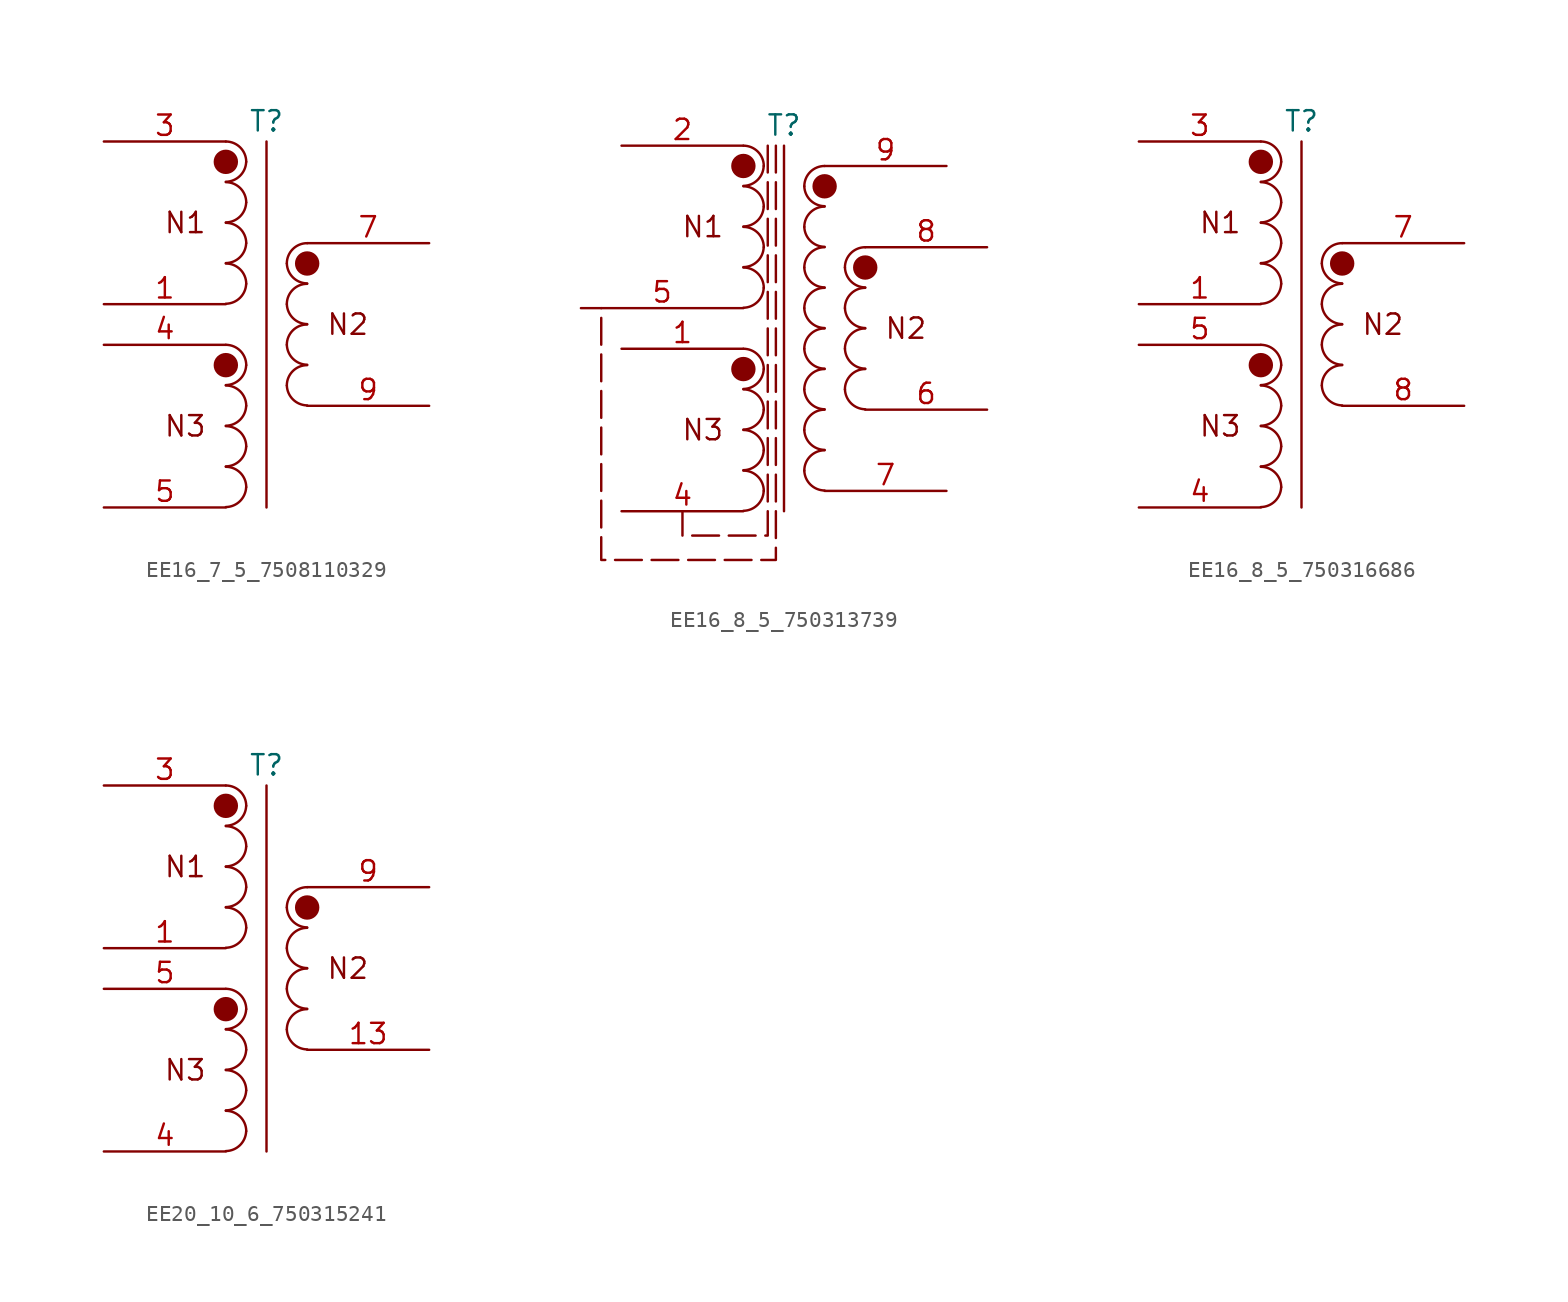
<source format=kicad_sym>
(kicad_symbol_lib
  (version 20220914)
  (generator kicad_symbol_editor)
  (symbol "EE16_7_5_7508110329"
    (pin_names hide)
    (property "Reference" "T"
      (at 0 12.7 0)
      (effects (font (size 1.27 1.27))))
    (property "Critical Parameter" ""
      (at 0 -5.08 0)
      (effects (font (size 1.27 1.27)) (justify left)))
    (symbol "EE16_7_5_7508110329_0_1"
      (arc (start -2.54 -11.4046) (mid -1.6561 -11.0363) (end -1.27 -10.16) (stroke (width 0) (type default)) (fill (type none)))
      (arc (start -2.54 -8.8646) (mid -1.6561 -8.4963) (end -1.27 -7.62) (stroke (width 0) (type default)) (fill (type none)))
      (arc (start -2.54 -6.3246) (mid -1.6561 -5.9563) (end -1.27 -5.08) (stroke (width 0) (type default)) (fill (type none)))
      (arc (start -2.54 -3.7846) (mid -1.6561 -3.4163) (end -1.27 -2.54) (stroke (width 0) (type default)) (fill (type none)))
      (arc (start -2.54 1.2954) (mid -1.6561 1.6637) (end -1.27 2.54) (stroke (width 0) (type default)) (fill (type none)))
      (arc (start -2.54 3.8354) (mid -1.6561 4.2037) (end -1.27 5.08) (stroke (width 0) (type default)) (fill (type none)))
      (arc (start -2.54 6.3754) (mid -1.6561 6.7437) (end -1.27 7.62) (stroke (width 0) (type default)) (fill (type none)))
      (arc (start -2.54 8.9154) (mid -1.6561 9.2837) (end -1.27 10.16) (stroke (width 0) (type default)) (fill (type none)))
      (arc (start -1.27 -10.16) (mid -1.642 -9.262) (end -2.54 -8.89) (stroke (width 0) (type default)) (fill (type none)))
      (arc (start -1.27 -7.62) (mid -1.642 -6.722) (end -2.54 -6.35) (stroke (width 0) (type default)) (fill (type none)))
      (arc (start -1.27 -5.08) (mid -1.642 -4.182) (end -2.54 -3.81) (stroke (width 0) (type default)) (fill (type none)))
      (arc (start -1.27 -2.54) (mid -1.642 -1.642) (end -2.54 -1.27) (stroke (width 0) (type default)) (fill (type none)))
      (arc (start -1.27 2.54) (mid -1.642 3.438) (end -2.54 3.81) (stroke (width 0) (type default)) (fill (type none)))
      (arc (start -1.27 5.08) (mid -1.642 5.978) (end -2.54 6.35) (stroke (width 0) (type default)) (fill (type none)))
      (arc (start -1.27 7.62) (mid -1.642 8.518) (end -2.54 8.89) (stroke (width 0) (type default)) (fill (type none)))
      (arc (start -1.27 10.16) (mid -1.642 11.058) (end -2.54 11.43) (stroke (width 0) (type default)) (fill (type none)))
      (polyline (pts (xy 0 -11.43) (xy 0 11.43)) (stroke (width 0) (type default)) (fill (type none)))
      (arc (start 1.27 -3.81) (mid 1.6561 -4.6863) (end 2.54 -5.0546) (stroke (width 0) (type default)) (fill (type none)))
      (arc (start 1.27 -1.27) (mid 1.6561 -2.1463) (end 2.54 -2.5146) (stroke (width 0) (type default)) (fill (type none)))
      (arc (start 1.27 1.27) (mid 1.6561 0.3937) (end 2.54 0.0254) (stroke (width 0) (type default)) (fill (type none)))
      (arc (start 1.27 3.81) (mid 1.6561 2.9337) (end 2.54 2.5654) (stroke (width 0) (type default)) (fill (type none)))
      (arc (start 2.54 -2.54) (mid 1.642 -2.912) (end 1.27 -3.81) (stroke (width 0) (type default)) (fill (type none)))
      (arc (start 2.54 0) (mid 1.642 -0.372) (end 1.27 -1.27) (stroke (width 0) (type default)) (fill (type none)))
      (arc (start 2.54 2.54) (mid 1.642 2.168) (end 1.27 1.27) (stroke (width 0) (type default)) (fill (type none)))
      (arc (start 2.54 5.08) (mid 1.642 4.708) (end 1.27 3.81) (stroke (width 0) (type default)) (fill (type none))))
    (symbol "EE16_7_5_7508110329_1_1"
      (circle (center -2.54 -2.54) (radius 0.0001) (stroke (width 0.762) (type default)) (fill (type none)))
      (circle (center -2.54 10.16) (radius 0.0001) (stroke (width 0.762) (type default)) (fill (type none)))
      (circle (center 2.54 3.81) (radius 0.0001) (stroke (width 0.762) (type default)) (fill (type none)))
      (text "N1" (at -5.08 6.35 0) (effects (font (size 1.27 1.27))))
      (text "N2" (at 5.08 0 0) (effects (font (size 1.27 1.27))))
      (text "N3" (at -5.08 -6.35 0) (effects (font (size 1.27 1.27))))
      (pin passive line (at -10.16 1.27 0) (length 7.62) (name "1" (effects (font (size 1.27 1.27)))) (number "1" (effects (font (size 1.27 1.27)))))
      (pin passive line (at -10.16 11.43 0) (length 7.62) (name "3" (effects (font (size 1.27 1.27)))) (number "3" (effects (font (size 1.27 1.27)))))
      (pin passive line (at -10.16 -1.27 0) (length 7.62) (name "4" (effects (font (size 1.27 1.27)))) (number "4" (effects (font (size 1.27 1.27)))))
      (pin passive line (at -10.16 -11.43 0) (length 7.62) (name "5" (effects (font (size 1.27 1.27)))) (number "5" (effects (font (size 1.27 1.27)))))
      (pin passive line (at 10.16 5.08 180) (length 7.62) (name "7" (effects (font (size 1.27 1.27)))) (number "7" (effects (font (size 1.27 1.27)))))
      (pin passive line (at 10.16 -5.08 180) (length 7.62) (name "9" (effects (font (size 1.27 1.27)))) (number "9" (effects (font (size 1.27 1.27)))))))
  (symbol "EE16_8_5_750313739"
    (pin_names hide)
    (property "Reference" "T"
      (at 0 12.7 0)
      (effects (font (size 1.27 1.27))))
    (property "Critical Parameter" ""
      (at 0 -5.08 0)
      (effects (font (size 1.27 1.27)) (justify left)))
    (symbol "EE16_8_5_750313739_0_1"
      (arc (start -2.54 -11.4046) (mid -1.6561 -11.0363) (end -1.27 -10.16) (stroke (width 0) (type default)) (fill (type none)))
      (arc (start -2.54 -8.8646) (mid -1.6561 -8.4963) (end -1.27 -7.62) (stroke (width 0) (type default)) (fill (type none)))
      (arc (start -2.54 -6.3246) (mid -1.6561 -5.9563) (end -1.27 -5.08) (stroke (width 0) (type default)) (fill (type none)))
      (arc (start -2.54 -3.7846) (mid -1.6561 -3.4163) (end -1.27 -2.54) (stroke (width 0) (type default)) (fill (type none)))
      (arc (start -2.54 1.2954) (mid -1.6561 1.6637) (end -1.27 2.54) (stroke (width 0) (type default)) (fill (type none)))
      (arc (start -2.54 3.8354) (mid -1.6561 4.2037) (end -1.27 5.08) (stroke (width 0) (type default)) (fill (type none)))
      (arc (start -2.54 6.3754) (mid -1.6561 6.7437) (end -1.27 7.62) (stroke (width 0) (type default)) (fill (type none)))
      (arc (start -2.54 8.9154) (mid -1.6561 9.2837) (end -1.27 10.16) (stroke (width 0) (type default)) (fill (type none)))
      (arc (start -1.27 -10.16) (mid -1.642 -9.262) (end -2.54 -8.89) (stroke (width 0) (type default)) (fill (type none)))
      (arc (start -1.27 -7.62) (mid -1.642 -6.722) (end -2.54 -6.35) (stroke (width 0) (type default)) (fill (type none)))
      (arc (start -1.27 -5.08) (mid -1.642 -4.182) (end -2.54 -3.81) (stroke (width 0) (type default)) (fill (type none)))
      (arc (start -1.27 -2.54) (mid -1.642 -1.642) (end -2.54 -1.27) (stroke (width 0) (type default)) (fill (type none)))
      (arc (start -1.27 2.54) (mid -1.642 3.438) (end -2.54 3.81) (stroke (width 0) (type default)) (fill (type none)))
      (arc (start -1.27 5.08) (mid -1.642 5.978) (end -2.54 6.35) (stroke (width 0) (type default)) (fill (type none)))
      (arc (start -1.27 7.62) (mid -1.642 8.518) (end -2.54 8.89) (stroke (width 0) (type default)) (fill (type none)))
      (arc (start -1.27 10.16) (mid -1.642 11.058) (end -2.54 11.43) (stroke (width 0) (type default)) (fill (type none)))
      (polyline (pts (xy 0 -11.43) (xy 0 11.43)) (stroke (width 0) (type default)) (fill (type none)))
      (arc (start 1.27 -8.89) (mid 1.656 -9.7664) (end 2.54 -10.1346) (stroke (width 0) (type default)) (fill (type none)))
      (arc (start 1.27 -6.35) (mid 1.656 -7.2264) (end 2.54 -7.5946) (stroke (width 0) (type default)) (fill (type none)))
      (arc (start 1.27 -3.81) (mid 1.656 -4.6864) (end 2.54 -5.0546) (stroke (width 0) (type default)) (fill (type none)))
      (arc (start 1.27 -1.27) (mid 1.656 -2.1464) (end 2.54 -2.5146) (stroke (width 0) (type default)) (fill (type none)))
      (arc (start 1.27 1.27) (mid 1.656 0.3936) (end 2.54 0.0254) (stroke (width 0) (type default)) (fill (type none)))
      (arc (start 1.27 3.81) (mid 1.656 2.9336) (end 2.54 2.5654) (stroke (width 0) (type default)) (fill (type none)))
      (arc (start 1.27 6.35) (mid 1.656 5.4736) (end 2.54 5.1054) (stroke (width 0) (type default)) (fill (type none)))
      (arc (start 1.27 8.89) (mid 1.656 8.0136) (end 2.54 7.6454) (stroke (width 0) (type default)) (fill (type none)))
      (arc (start 2.54 -7.62) (mid 1.642 -7.992) (end 1.27 -8.89) (stroke (width 0) (type default)) (fill (type none)))
      (arc (start 2.54 -5.08) (mid 1.642 -5.452) (end 1.27 -6.35) (stroke (width 0) (type default)) (fill (type none)))
      (arc (start 2.54 -2.54) (mid 1.642 -2.912) (end 1.27 -3.81) (stroke (width 0) (type default)) (fill (type none)))
      (arc (start 2.54 0) (mid 1.642 -0.372) (end 1.27 -1.27) (stroke (width 0) (type default)) (fill (type none)))
      (arc (start 2.54 2.54) (mid 1.642 2.168) (end 1.27 1.27) (stroke (width 0) (type default)) (fill (type none)))
      (arc (start 2.54 5.08) (mid 1.642 4.708) (end 1.27 3.81) (stroke (width 0) (type default)) (fill (type none)))
      (arc (start 2.54 7.62) (mid 1.642 7.248) (end 1.27 6.35) (stroke (width 0) (type default)) (fill (type none)))
      (arc (start 2.54 10.16) (mid 1.642 9.788) (end 1.27 8.89) (stroke (width 0) (type default)) (fill (type none)))
      (arc (start 3.81 -3.81) (mid 4.1961 -4.6863) (end 5.08 -5.0546) (stroke (width 0) (type default)) (fill (type none)))
      (arc (start 3.81 -1.27) (mid 4.1961 -2.1463) (end 5.08 -2.5146) (stroke (width 0) (type default)) (fill (type none)))
      (arc (start 3.81 1.27) (mid 4.1961 0.3937) (end 5.08 0.0254) (stroke (width 0) (type default)) (fill (type none)))
      (arc (start 3.81 3.81) (mid 4.1961 2.9337) (end 5.08 2.5654) (stroke (width 0) (type default)) (fill (type none)))
      (arc (start 5.08 -2.54) (mid 4.182 -2.912) (end 3.81 -3.81) (stroke (width 0) (type default)) (fill (type none)))
      (arc (start 5.08 0) (mid 4.182 -0.372) (end 3.81 -1.27) (stroke (width 0) (type default)) (fill (type none)))
      (arc (start 5.08 2.54) (mid 4.182 2.168) (end 3.81 1.27) (stroke (width 0) (type default)) (fill (type none)))
      (arc (start 5.08 5.08) (mid 4.182 4.708) (end 3.81 3.81) (stroke (width 0) (type default)) (fill (type none))))
    (symbol "EE16_8_5_750313739_1_1"
      (circle (center -2.54 -2.54) (radius 0.0001) (stroke (width 0.762) (type default)) (fill (type none)))
      (circle (center -2.54 10.16) (radius 0.0001) (stroke (width 0.762) (type default)) (fill (type none)))
      (polyline (pts (xy -1.016 11.43) (xy -1.016 -12.954) (xy -6.35 -12.954) (xy -6.35 -11.43)) (stroke (width 0) (type dash)) (fill (type none)))
      (polyline (pts (xy -0.508 11.43) (xy -0.508 -14.478) (xy -11.43 -14.478) (xy -11.43 1.27)) (stroke (width 0) (type dash)) (fill (type none)))
      (circle (center 2.54 8.89) (radius 0.0001) (stroke (width 0.762) (type default)) (fill (type none)))
      (circle (center 5.08 3.81) (radius 0.0001) (stroke (width 0.762) (type default)) (fill (type none)))
      (text "N1" (at -5.08 6.35 0) (effects (font (size 1.27 1.27))))
      (text "N2" (at 7.62 0 0) (effects (font (size 1.27 1.27))))
      (text "N3" (at -5.08 -6.35 0) (effects (font (size 1.27 1.27))))
      (pin passive line (at -10.16 -1.27 0) (length 7.62) (name "1" (effects (font (size 1.27 1.27)))) (number "1" (effects (font (size 1.27 1.27)))))
      (pin passive line (at -10.16 11.43 0) (length 7.62) (name "2" (effects (font (size 1.27 1.27)))) (number "2" (effects (font (size 1.27 1.27)))))
      (pin passive line (at -10.16 -11.43 0) (length 7.62) (name "4" (effects (font (size 1.27 1.27)))) (number "4" (effects (font (size 1.27 1.27)))))
      (pin passive line (at -12.7 1.27 0) (length 10.16) (name "5" (effects (font (size 1.27 1.27)))) (number "5" (effects (font (size 1.27 1.27)))))
      (pin passive line (at 12.7 -5.08 180) (length 7.62) (name "6" (effects (font (size 1.27 1.27)))) (number "6" (effects (font (size 1.27 1.27)))))
      (pin passive line (at 10.16 -10.16 180) (length 7.62) (name "7" (effects (font (size 1.27 1.27)))) (number "7" (effects (font (size 1.27 1.27)))))
      (pin passive line (at 12.7 5.08 180) (length 7.62) (name "8" (effects (font (size 1.27 1.27)))) (number "8" (effects (font (size 1.27 1.27)))))
      (pin passive line (at 10.16 10.16 180) (length 7.62) (name "9" (effects (font (size 1.27 1.27)))) (number "9" (effects (font (size 1.27 1.27)))))))
  (symbol "EE16_8_5_750316686"
    (pin_names hide)
    (property "Reference" "T"
      (at 0 12.7 0)
      (effects (font (size 1.27 1.27))))
    (property "Critical Parameter" ""
      (at 0 -5.08 0)
      (effects (font (size 1.27 1.27)) (justify left)))
    (symbol "EE16_8_5_750316686_0_1"
      (arc (start -2.54 -11.4046) (mid -1.6561 -11.0363) (end -1.27 -10.16) (stroke (width 0) (type default)) (fill (type none)))
      (arc (start -2.54 -8.8646) (mid -1.6561 -8.4963) (end -1.27 -7.62) (stroke (width 0) (type default)) (fill (type none)))
      (arc (start -2.54 -6.3246) (mid -1.6561 -5.9563) (end -1.27 -5.08) (stroke (width 0) (type default)) (fill (type none)))
      (arc (start -2.54 -3.7846) (mid -1.6561 -3.4163) (end -1.27 -2.54) (stroke (width 0) (type default)) (fill (type none)))
      (arc (start -2.54 1.2954) (mid -1.6561 1.6637) (end -1.27 2.54) (stroke (width 0) (type default)) (fill (type none)))
      (arc (start -2.54 3.8354) (mid -1.6561 4.2037) (end -1.27 5.08) (stroke (width 0) (type default)) (fill (type none)))
      (arc (start -2.54 6.3754) (mid -1.6561 6.7437) (end -1.27 7.62) (stroke (width 0) (type default)) (fill (type none)))
      (arc (start -2.54 8.9154) (mid -1.6561 9.2837) (end -1.27 10.16) (stroke (width 0) (type default)) (fill (type none)))
      (arc (start -1.27 -10.16) (mid -1.642 -9.262) (end -2.54 -8.89) (stroke (width 0) (type default)) (fill (type none)))
      (arc (start -1.27 -7.62) (mid -1.642 -6.722) (end -2.54 -6.35) (stroke (width 0) (type default)) (fill (type none)))
      (arc (start -1.27 -5.08) (mid -1.642 -4.182) (end -2.54 -3.81) (stroke (width 0) (type default)) (fill (type none)))
      (arc (start -1.27 -2.54) (mid -1.642 -1.642) (end -2.54 -1.27) (stroke (width 0) (type default)) (fill (type none)))
      (arc (start -1.27 2.54) (mid -1.642 3.438) (end -2.54 3.81) (stroke (width 0) (type default)) (fill (type none)))
      (arc (start -1.27 5.08) (mid -1.642 5.978) (end -2.54 6.35) (stroke (width 0) (type default)) (fill (type none)))
      (arc (start -1.27 7.62) (mid -1.642 8.518) (end -2.54 8.89) (stroke (width 0) (type default)) (fill (type none)))
      (arc (start -1.27 10.16) (mid -1.642 11.058) (end -2.54 11.43) (stroke (width 0) (type default)) (fill (type none)))
      (polyline (pts (xy 0 -11.43) (xy 0 11.43)) (stroke (width 0) (type default)) (fill (type none)))
      (arc (start 1.27 -3.81) (mid 1.6561 -4.6863) (end 2.54 -5.0546) (stroke (width 0) (type default)) (fill (type none)))
      (arc (start 1.27 -1.27) (mid 1.6561 -2.1463) (end 2.54 -2.5146) (stroke (width 0) (type default)) (fill (type none)))
      (arc (start 1.27 1.27) (mid 1.6561 0.3937) (end 2.54 0.0254) (stroke (width 0) (type default)) (fill (type none)))
      (arc (start 1.27 3.81) (mid 1.6561 2.9337) (end 2.54 2.5654) (stroke (width 0) (type default)) (fill (type none)))
      (arc (start 2.54 -2.54) (mid 1.642 -2.912) (end 1.27 -3.81) (stroke (width 0) (type default)) (fill (type none)))
      (arc (start 2.54 0) (mid 1.642 -0.372) (end 1.27 -1.27) (stroke (width 0) (type default)) (fill (type none)))
      (arc (start 2.54 2.54) (mid 1.642 2.168) (end 1.27 1.27) (stroke (width 0) (type default)) (fill (type none)))
      (arc (start 2.54 5.08) (mid 1.642 4.708) (end 1.27 3.81) (stroke (width 0) (type default)) (fill (type none))))
    (symbol "EE16_8_5_750316686_1_1"
      (circle (center -2.54 -2.54) (radius 0.0001) (stroke (width 0.762) (type default)) (fill (type none)))
      (circle (center -2.54 10.16) (radius 0.0001) (stroke (width 0.762) (type default)) (fill (type none)))
      (circle (center 2.54 3.81) (radius 0.0001) (stroke (width 0.762) (type default)) (fill (type none)))
      (text "N1" (at -5.08 6.35 0) (effects (font (size 1.27 1.27))))
      (text "N2" (at 5.08 0 0) (effects (font (size 1.27 1.27))))
      (text "N3" (at -5.08 -6.35 0) (effects (font (size 1.27 1.27))))
      (pin passive line (at -10.16 1.27 0) (length 7.62) (name "1" (effects (font (size 1.27 1.27)))) (number "1" (effects (font (size 1.27 1.27)))))
      (pin passive line (at -10.16 11.43 0) (length 7.62) (name "3" (effects (font (size 1.27 1.27)))) (number "3" (effects (font (size 1.27 1.27)))))
      (pin passive line (at -10.16 -11.43 0) (length 7.62) (name "4" (effects (font (size 1.27 1.27)))) (number "4" (effects (font (size 1.27 1.27)))))
      (pin passive line (at -10.16 -1.27 0) (length 7.62) (name "5" (effects (font (size 1.27 1.27)))) (number "5" (effects (font (size 1.27 1.27)))))
      (pin passive line (at 10.16 5.08 180) (length 7.62) (name "7" (effects (font (size 1.27 1.27)))) (number "7" (effects (font (size 1.27 1.27)))))
      (pin passive line (at 10.16 -5.08 180) (length 7.62) (name "8" (effects (font (size 1.27 1.27)))) (number "8" (effects (font (size 1.27 1.27)))))))
  (symbol "EE20_10_6_750315241"
    (pin_names hide)
    (property "Reference" "T"
      (at 0 12.7 0)
      (effects (font (size 1.27 1.27))))
    (property "Critical Parameter" ""
      (at 0 -5.08 0)
      (effects (font (size 1.27 1.27)) (justify left)))
    (symbol "EE20_10_6_750315241_0_1"
      (arc (start -2.54 -11.4046) (mid -1.6561 -11.0363) (end -1.27 -10.16) (stroke (width 0) (type default)) (fill (type none)))
      (arc (start -2.54 -8.8646) (mid -1.6561 -8.4963) (end -1.27 -7.62) (stroke (width 0) (type default)) (fill (type none)))
      (arc (start -2.54 -6.3246) (mid -1.6561 -5.9563) (end -1.27 -5.08) (stroke (width 0) (type default)) (fill (type none)))
      (arc (start -2.54 -3.7846) (mid -1.6561 -3.4163) (end -1.27 -2.54) (stroke (width 0) (type default)) (fill (type none)))
      (arc (start -2.54 1.2954) (mid -1.6561 1.6637) (end -1.27 2.54) (stroke (width 0) (type default)) (fill (type none)))
      (arc (start -2.54 3.8354) (mid -1.6561 4.2037) (end -1.27 5.08) (stroke (width 0) (type default)) (fill (type none)))
      (arc (start -2.54 6.3754) (mid -1.6561 6.7437) (end -1.27 7.62) (stroke (width 0) (type default)) (fill (type none)))
      (arc (start -2.54 8.9154) (mid -1.6561 9.2837) (end -1.27 10.16) (stroke (width 0) (type default)) (fill (type none)))
      (arc (start -1.27 -10.16) (mid -1.642 -9.262) (end -2.54 -8.89) (stroke (width 0) (type default)) (fill (type none)))
      (arc (start -1.27 -7.62) (mid -1.642 -6.722) (end -2.54 -6.35) (stroke (width 0) (type default)) (fill (type none)))
      (arc (start -1.27 -5.08) (mid -1.642 -4.182) (end -2.54 -3.81) (stroke (width 0) (type default)) (fill (type none)))
      (arc (start -1.27 -2.54) (mid -1.642 -1.642) (end -2.54 -1.27) (stroke (width 0) (type default)) (fill (type none)))
      (arc (start -1.27 2.54) (mid -1.642 3.438) (end -2.54 3.81) (stroke (width 0) (type default)) (fill (type none)))
      (arc (start -1.27 5.08) (mid -1.642 5.978) (end -2.54 6.35) (stroke (width 0) (type default)) (fill (type none)))
      (arc (start -1.27 7.62) (mid -1.642 8.518) (end -2.54 8.89) (stroke (width 0) (type default)) (fill (type none)))
      (arc (start -1.27 10.16) (mid -1.642 11.058) (end -2.54 11.43) (stroke (width 0) (type default)) (fill (type none)))
      (polyline (pts (xy 0 -11.43) (xy 0 11.43)) (stroke (width 0) (type default)) (fill (type none)))
      (arc (start 1.27 -3.81) (mid 1.6561 -4.6863) (end 2.54 -5.0546) (stroke (width 0) (type default)) (fill (type none)))
      (arc (start 1.27 -1.27) (mid 1.6561 -2.1463) (end 2.54 -2.5146) (stroke (width 0) (type default)) (fill (type none)))
      (arc (start 1.27 1.27) (mid 1.6561 0.3937) (end 2.54 0.0254) (stroke (width 0) (type default)) (fill (type none)))
      (arc (start 1.27 3.81) (mid 1.6561 2.9337) (end 2.54 2.5654) (stroke (width 0) (type default)) (fill (type none)))
      (arc (start 2.54 -2.54) (mid 1.642 -2.912) (end 1.27 -3.81) (stroke (width 0) (type default)) (fill (type none)))
      (arc (start 2.54 0) (mid 1.642 -0.372) (end 1.27 -1.27) (stroke (width 0) (type default)) (fill (type none)))
      (arc (start 2.54 2.54) (mid 1.642 2.168) (end 1.27 1.27) (stroke (width 0) (type default)) (fill (type none)))
      (arc (start 2.54 5.08) (mid 1.642 4.708) (end 1.27 3.81) (stroke (width 0) (type default)) (fill (type none))))
    (symbol "EE20_10_6_750315241_1_1"
      (circle (center -2.54 -2.54) (radius 0.0001) (stroke (width 0.762) (type default)) (fill (type none)))
      (circle (center -2.54 10.16) (radius 0.0001) (stroke (width 0.762) (type default)) (fill (type none)))
      (circle (center 2.54 3.81) (radius 0.0001) (stroke (width 0.762) (type default)) (fill (type none)))
      (text "N1" (at -5.08 6.35 0) (effects (font (size 1.27 1.27))))
      (text "N2" (at 5.08 0 0) (effects (font (size 1.27 1.27))))
      (text "N3" (at -5.08 -6.35 0) (effects (font (size 1.27 1.27))))
      (pin passive line (at -10.16 1.27 0) (length 7.62) (name "1" (effects (font (size 1.27 1.27)))) (number "1" (effects (font (size 1.27 1.27)))))
      (pin passive line (at 10.16 -5.08 180) (length 7.62) (name "13" (effects (font (size 1.27 1.27)))) (number "13" (effects (font (size 1.27 1.27)))))
      (pin passive line (at -10.16 11.43 0) (length 7.62) (name "3" (effects (font (size 1.27 1.27)))) (number "3" (effects (font (size 1.27 1.27)))))
      (pin passive line (at -10.16 -11.43 0) (length 7.62) (name "4" (effects (font (size 1.27 1.27)))) (number "4" (effects (font (size 1.27 1.27)))))
      (pin passive line (at -10.16 -1.27 0) (length 7.62) (name "5" (effects (font (size 1.27 1.27)))) (number "5" (effects (font (size 1.27 1.27)))))
      (pin passive line (at 10.16 5.08 180) (length 7.62) (name "9" (effects (font (size 1.27 1.27)))) (number "9" (effects (font (size 1.27 1.27))))))))
</source>
